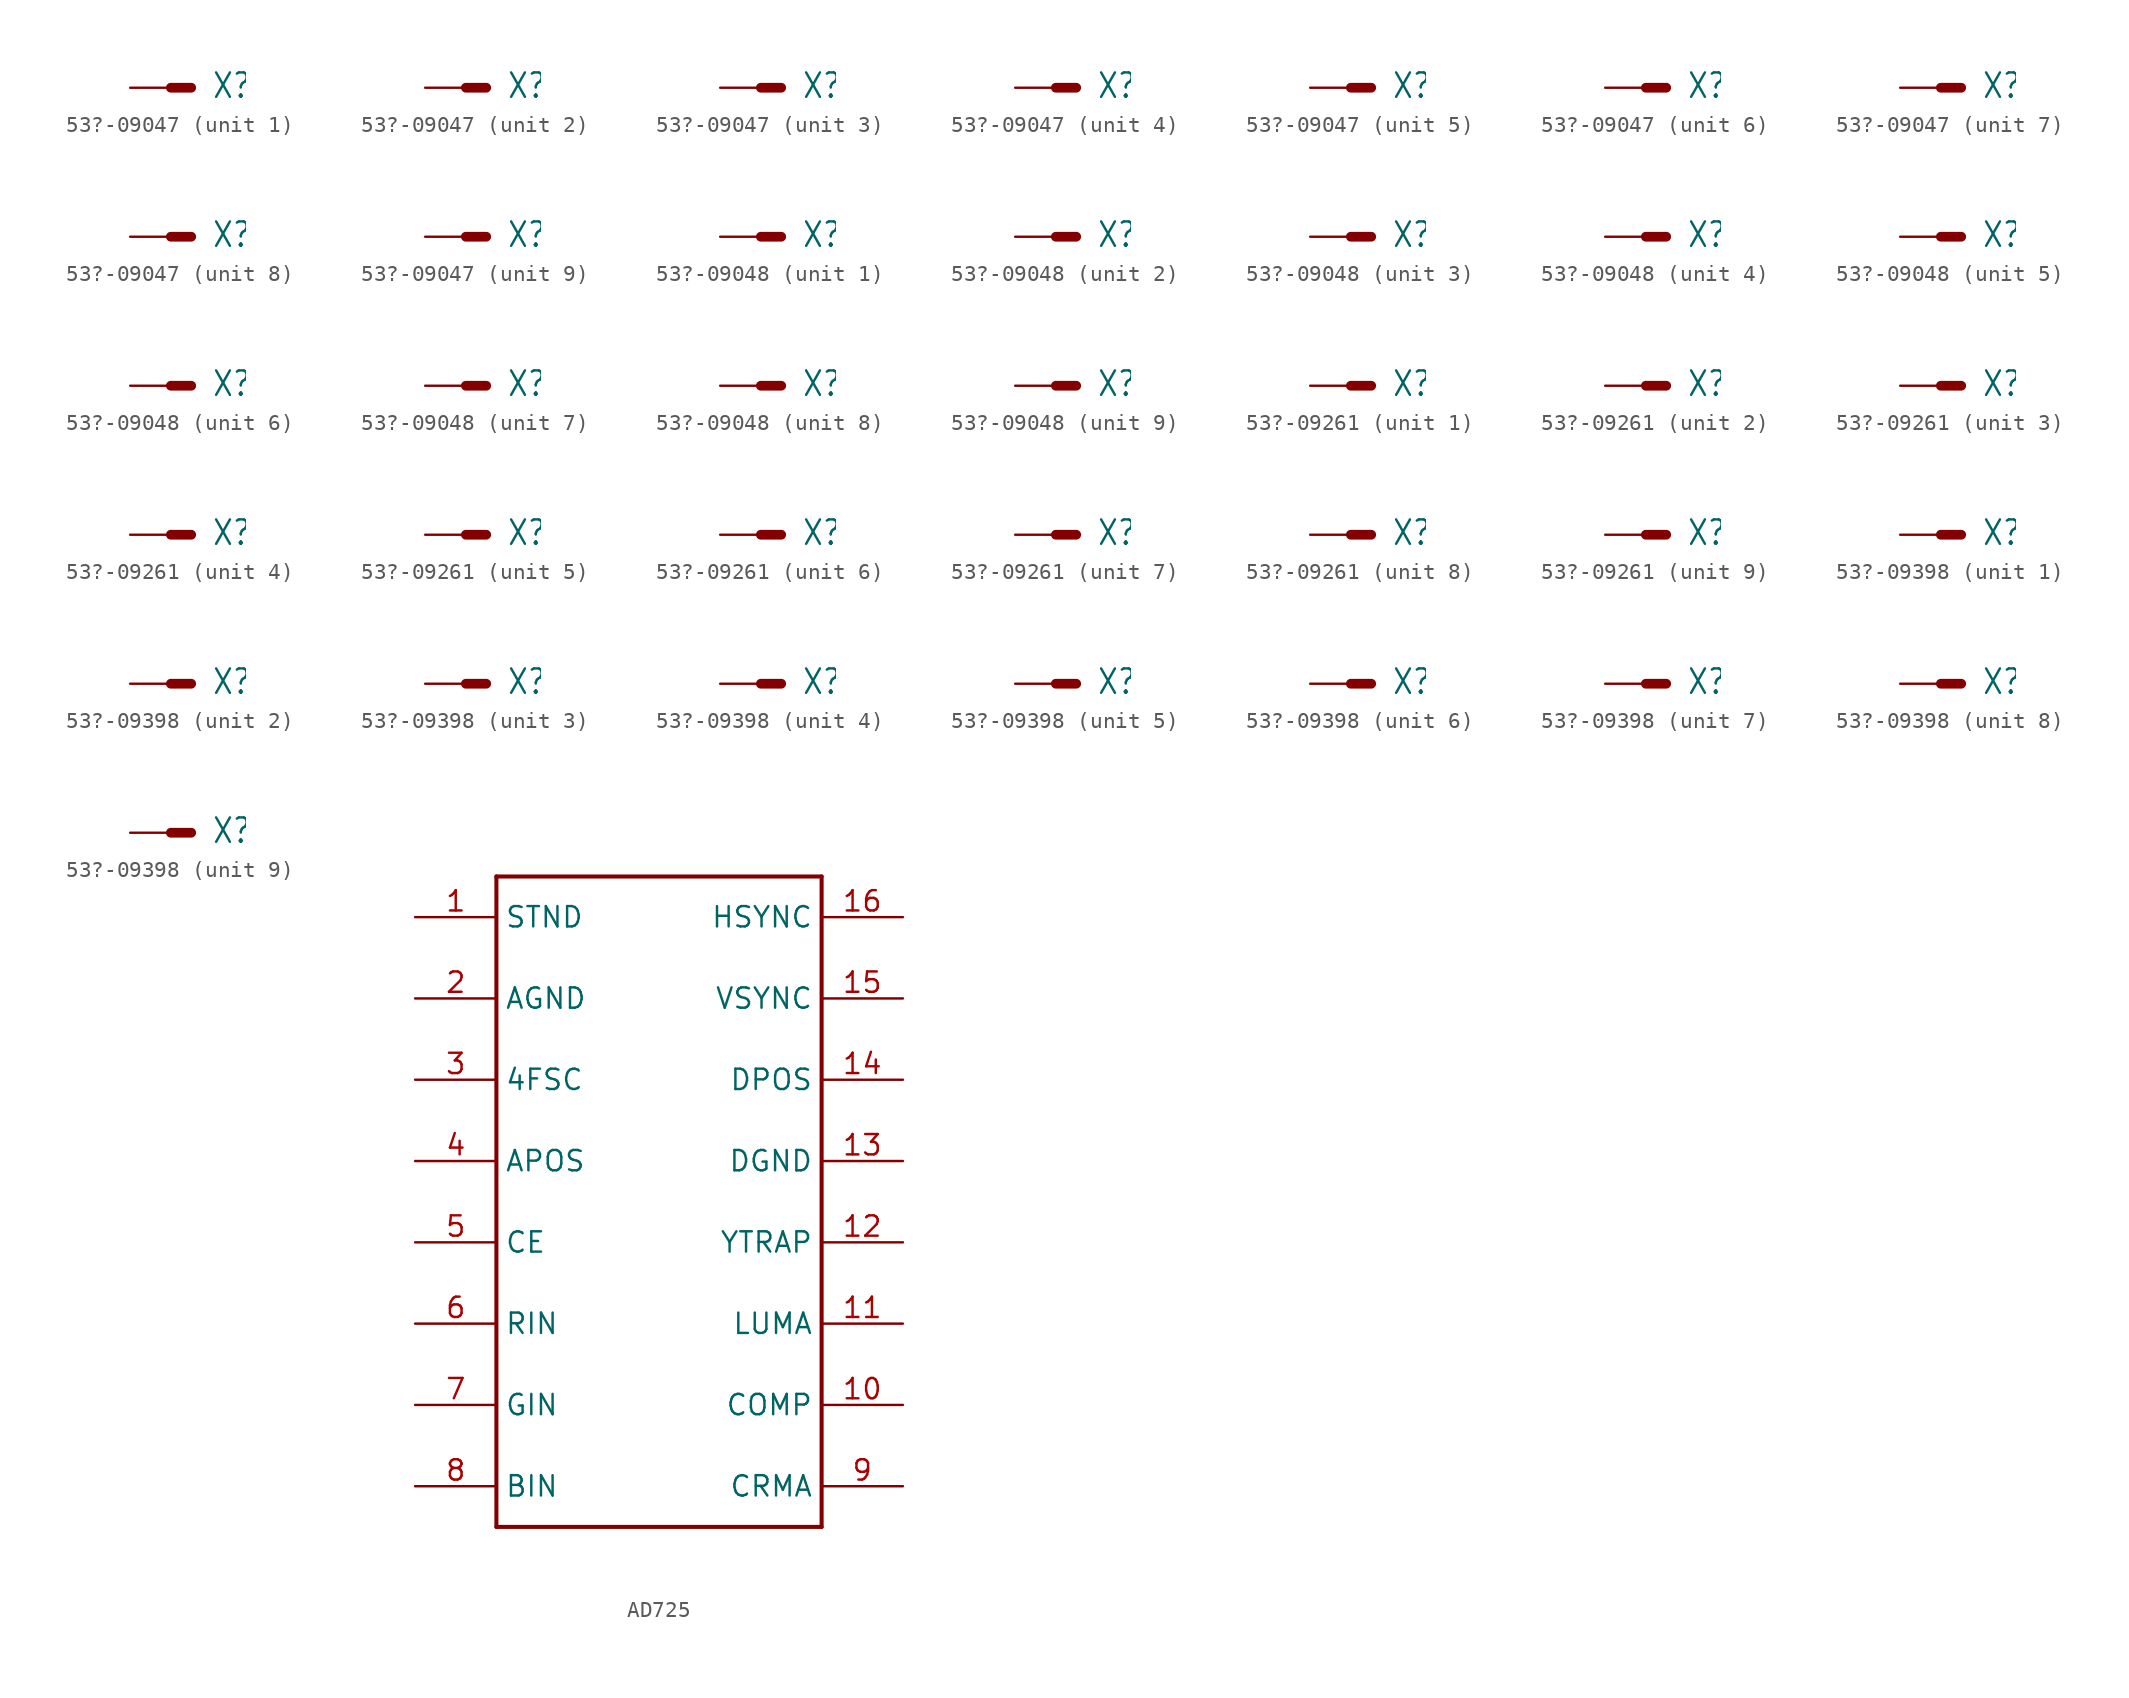
<source format=kicad_sym>
(kicad_symbol_lib
  (version 20211014)
  (generator kicad_symbol_editor)
  (symbol "53?-09047"
    (property "Reference" "X"
      (at 2.54 -0.762 0)
      (effects (font (size 1.524 1.295)) (justify left bottom)))
    (property "ki_locked" ""
      (at 0 0 0)
      (effects (font (size 1.27 1.27))))
    (symbol "53?-09047_1_0"
      (polyline (pts (xy 1.27 0) (xy 0 0)) (stroke (width 0.61) (type default) (color 0 0 0 0)) (fill (type none)))
      (pin passive line (at -2.54 0 0) (length 2.54) (name "S" (effects (font (size 0 0)))) (number "1" (effects (font (size 0 0))))))
    (symbol "53?-09047_2_0"
      (polyline (pts (xy 1.27 0) (xy 0 0)) (stroke (width 0.61) (type default) (color 0 0 0 0)) (fill (type none)))
      (pin passive line (at -2.54 0 0) (length 2.54) (name "S" (effects (font (size 0 0)))) (number "2" (effects (font (size 0 0))))))
    (symbol "53?-09047_3_0"
      (polyline (pts (xy 1.27 0) (xy 0 0)) (stroke (width 0.61) (type default) (color 0 0 0 0)) (fill (type none)))
      (pin passive line (at -2.54 0 0) (length 2.54) (name "S" (effects (font (size 0 0)))) (number "3" (effects (font (size 0 0))))))
    (symbol "53?-09047_4_0"
      (polyline (pts (xy 1.27 0) (xy 0 0)) (stroke (width 0.61) (type default) (color 0 0 0 0)) (fill (type none)))
      (pin passive line (at -2.54 0 0) (length 2.54) (name "S" (effects (font (size 0 0)))) (number "4" (effects (font (size 0 0))))))
    (symbol "53?-09047_5_0"
      (polyline (pts (xy 1.27 0) (xy 0 0)) (stroke (width 0.61) (type default) (color 0 0 0 0)) (fill (type none)))
      (pin passive line (at -2.54 0 0) (length 2.54) (name "S" (effects (font (size 0 0)))) (number "5" (effects (font (size 0 0))))))
    (symbol "53?-09047_6_0"
      (polyline (pts (xy 1.27 0) (xy 0 0)) (stroke (width 0.61) (type default) (color 0 0 0 0)) (fill (type none)))
      (pin passive line (at -2.54 0 0) (length 2.54) (name "S" (effects (font (size 0 0)))) (number "6" (effects (font (size 0 0))))))
    (symbol "53?-09047_7_0"
      (polyline (pts (xy 1.27 0) (xy 0 0)) (stroke (width 0.61) (type default) (color 0 0 0 0)) (fill (type none)))
      (pin passive line (at -2.54 0 0) (length 2.54) (name "S" (effects (font (size 0 0)))) (number "7" (effects (font (size 0 0))))))
    (symbol "53?-09047_8_0"
      (polyline (pts (xy 1.27 0) (xy 0 0)) (stroke (width 0.61) (type default) (color 0 0 0 0)) (fill (type none)))
      (pin passive line (at -2.54 0 0) (length 2.54) (name "S" (effects (font (size 0 0)))) (number "8" (effects (font (size 0 0))))))
    (symbol "53?-09047_9_0"
      (polyline (pts (xy 1.27 0) (xy 0 0)) (stroke (width 0.61) (type default) (color 0 0 0 0)) (fill (type none)))
      (pin passive line (at -2.54 0 0) (length 2.54) (name "S" (effects (font (size 0 0)))) (number "9" (effects (font (size 0 0)))))))
  (symbol "53?-09048"
    (property "Reference" "X"
      (at 2.54 -0.762 0)
      (effects (font (size 1.524 1.295)) (justify left bottom)))
    (property "ki_locked" ""
      (at 0 0 0)
      (effects (font (size 1.27 1.27))))
    (symbol "53?-09048_1_0"
      (polyline (pts (xy 1.27 0) (xy 0 0)) (stroke (width 0.61) (type default) (color 0 0 0 0)) (fill (type none)))
      (pin passive line (at -2.54 0 0) (length 2.54) (name "S" (effects (font (size 0 0)))) (number "1" (effects (font (size 0 0))))))
    (symbol "53?-09048_2_0"
      (polyline (pts (xy 1.27 0) (xy 0 0)) (stroke (width 0.61) (type default) (color 0 0 0 0)) (fill (type none)))
      (pin passive line (at -2.54 0 0) (length 2.54) (name "S" (effects (font (size 0 0)))) (number "2" (effects (font (size 0 0))))))
    (symbol "53?-09048_3_0"
      (polyline (pts (xy 1.27 0) (xy 0 0)) (stroke (width 0.61) (type default) (color 0 0 0 0)) (fill (type none)))
      (pin passive line (at -2.54 0 0) (length 2.54) (name "S" (effects (font (size 0 0)))) (number "3" (effects (font (size 0 0))))))
    (symbol "53?-09048_4_0"
      (polyline (pts (xy 1.27 0) (xy 0 0)) (stroke (width 0.61) (type default) (color 0 0 0 0)) (fill (type none)))
      (pin passive line (at -2.54 0 0) (length 2.54) (name "S" (effects (font (size 0 0)))) (number "4" (effects (font (size 0 0))))))
    (symbol "53?-09048_5_0"
      (polyline (pts (xy 1.27 0) (xy 0 0)) (stroke (width 0.61) (type default) (color 0 0 0 0)) (fill (type none)))
      (pin passive line (at -2.54 0 0) (length 2.54) (name "S" (effects (font (size 0 0)))) (number "5" (effects (font (size 0 0))))))
    (symbol "53?-09048_6_0"
      (polyline (pts (xy 1.27 0) (xy 0 0)) (stroke (width 0.61) (type default) (color 0 0 0 0)) (fill (type none)))
      (pin passive line (at -2.54 0 0) (length 2.54) (name "S" (effects (font (size 0 0)))) (number "6" (effects (font (size 0 0))))))
    (symbol "53?-09048_7_0"
      (polyline (pts (xy 1.27 0) (xy 0 0)) (stroke (width 0.61) (type default) (color 0 0 0 0)) (fill (type none)))
      (pin passive line (at -2.54 0 0) (length 2.54) (name "S" (effects (font (size 0 0)))) (number "7" (effects (font (size 0 0))))))
    (symbol "53?-09048_8_0"
      (polyline (pts (xy 1.27 0) (xy 0 0)) (stroke (width 0.61) (type default) (color 0 0 0 0)) (fill (type none)))
      (pin passive line (at -2.54 0 0) (length 2.54) (name "S" (effects (font (size 0 0)))) (number "8" (effects (font (size 0 0))))))
    (symbol "53?-09048_9_0"
      (polyline (pts (xy 1.27 0) (xy 0 0)) (stroke (width 0.61) (type default) (color 0 0 0 0)) (fill (type none)))
      (pin passive line (at -2.54 0 0) (length 2.54) (name "S" (effects (font (size 0 0)))) (number "9" (effects (font (size 0 0)))))))
  (symbol "53?-09261"
    (property "Reference" "X"
      (at 2.54 -0.762 0)
      (effects (font (size 1.524 1.295)) (justify left bottom)))
    (property "ki_locked" ""
      (at 0 0 0)
      (effects (font (size 1.27 1.27))))
    (symbol "53?-09261_1_0"
      (polyline (pts (xy 1.27 0) (xy 0 0)) (stroke (width 0.61) (type default) (color 0 0 0 0)) (fill (type none)))
      (pin passive line (at -2.54 0 0) (length 2.54) (name "S" (effects (font (size 0 0)))) (number "1" (effects (font (size 0 0))))))
    (symbol "53?-09261_2_0"
      (polyline (pts (xy 1.27 0) (xy 0 0)) (stroke (width 0.61) (type default) (color 0 0 0 0)) (fill (type none)))
      (pin passive line (at -2.54 0 0) (length 2.54) (name "S" (effects (font (size 0 0)))) (number "2" (effects (font (size 0 0))))))
    (symbol "53?-09261_3_0"
      (polyline (pts (xy 1.27 0) (xy 0 0)) (stroke (width 0.61) (type default) (color 0 0 0 0)) (fill (type none)))
      (pin passive line (at -2.54 0 0) (length 2.54) (name "S" (effects (font (size 0 0)))) (number "3" (effects (font (size 0 0))))))
    (symbol "53?-09261_4_0"
      (polyline (pts (xy 1.27 0) (xy 0 0)) (stroke (width 0.61) (type default) (color 0 0 0 0)) (fill (type none)))
      (pin passive line (at -2.54 0 0) (length 2.54) (name "S" (effects (font (size 0 0)))) (number "4" (effects (font (size 0 0))))))
    (symbol "53?-09261_5_0"
      (polyline (pts (xy 1.27 0) (xy 0 0)) (stroke (width 0.61) (type default) (color 0 0 0 0)) (fill (type none)))
      (pin passive line (at -2.54 0 0) (length 2.54) (name "S" (effects (font (size 0 0)))) (number "5" (effects (font (size 0 0))))))
    (symbol "53?-09261_6_0"
      (polyline (pts (xy 1.27 0) (xy 0 0)) (stroke (width 0.61) (type default) (color 0 0 0 0)) (fill (type none)))
      (pin passive line (at -2.54 0 0) (length 2.54) (name "S" (effects (font (size 0 0)))) (number "6" (effects (font (size 0 0))))))
    (symbol "53?-09261_7_0"
      (polyline (pts (xy 1.27 0) (xy 0 0)) (stroke (width 0.61) (type default) (color 0 0 0 0)) (fill (type none)))
      (pin passive line (at -2.54 0 0) (length 2.54) (name "S" (effects (font (size 0 0)))) (number "7" (effects (font (size 0 0))))))
    (symbol "53?-09261_8_0"
      (polyline (pts (xy 1.27 0) (xy 0 0)) (stroke (width 0.61) (type default) (color 0 0 0 0)) (fill (type none)))
      (pin passive line (at -2.54 0 0) (length 2.54) (name "S" (effects (font (size 0 0)))) (number "8" (effects (font (size 0 0))))))
    (symbol "53?-09261_9_0"
      (polyline (pts (xy 1.27 0) (xy 0 0)) (stroke (width 0.61) (type default) (color 0 0 0 0)) (fill (type none)))
      (pin passive line (at -2.54 0 0) (length 2.54) (name "S" (effects (font (size 0 0)))) (number "9" (effects (font (size 0 0)))))))
  (symbol "53?-09398"
    (property "Reference" "X"
      (at 2.54 -0.762 0)
      (effects (font (size 1.524 1.295)) (justify left bottom)))
    (property "ki_locked" ""
      (at 0 0 0)
      (effects (font (size 1.27 1.27))))
    (symbol "53?-09398_1_0"
      (polyline (pts (xy 1.27 0) (xy 0 0)) (stroke (width 0.61) (type default) (color 0 0 0 0)) (fill (type none)))
      (pin passive line (at -2.54 0 0) (length 2.54) (name "S" (effects (font (size 0 0)))) (number "1" (effects (font (size 0 0))))))
    (symbol "53?-09398_2_0"
      (polyline (pts (xy 1.27 0) (xy 0 0)) (stroke (width 0.61) (type default) (color 0 0 0 0)) (fill (type none)))
      (pin passive line (at -2.54 0 0) (length 2.54) (name "S" (effects (font (size 0 0)))) (number "2" (effects (font (size 0 0))))))
    (symbol "53?-09398_3_0"
      (polyline (pts (xy 1.27 0) (xy 0 0)) (stroke (width 0.61) (type default) (color 0 0 0 0)) (fill (type none)))
      (pin passive line (at -2.54 0 0) (length 2.54) (name "S" (effects (font (size 0 0)))) (number "3" (effects (font (size 0 0))))))
    (symbol "53?-09398_4_0"
      (polyline (pts (xy 1.27 0) (xy 0 0)) (stroke (width 0.61) (type default) (color 0 0 0 0)) (fill (type none)))
      (pin passive line (at -2.54 0 0) (length 2.54) (name "S" (effects (font (size 0 0)))) (number "4" (effects (font (size 0 0))))))
    (symbol "53?-09398_5_0"
      (polyline (pts (xy 1.27 0) (xy 0 0)) (stroke (width 0.61) (type default) (color 0 0 0 0)) (fill (type none)))
      (pin passive line (at -2.54 0 0) (length 2.54) (name "S" (effects (font (size 0 0)))) (number "5" (effects (font (size 0 0))))))
    (symbol "53?-09398_6_0"
      (polyline (pts (xy 1.27 0) (xy 0 0)) (stroke (width 0.61) (type default) (color 0 0 0 0)) (fill (type none)))
      (pin passive line (at -2.54 0 0) (length 2.54) (name "S" (effects (font (size 0 0)))) (number "6" (effects (font (size 0 0))))))
    (symbol "53?-09398_7_0"
      (polyline (pts (xy 1.27 0) (xy 0 0)) (stroke (width 0.61) (type default) (color 0 0 0 0)) (fill (type none)))
      (pin passive line (at -2.54 0 0) (length 2.54) (name "S" (effects (font (size 0 0)))) (number "7" (effects (font (size 0 0))))))
    (symbol "53?-09398_8_0"
      (polyline (pts (xy 1.27 0) (xy 0 0)) (stroke (width 0.61) (type default) (color 0 0 0 0)) (fill (type none)))
      (pin passive line (at -2.54 0 0) (length 2.54) (name "S" (effects (font (size 0 0)))) (number "8" (effects (font (size 0 0))))))
    (symbol "53?-09398_9_0"
      (polyline (pts (xy 1.27 0) (xy 0 0)) (stroke (width 0.61) (type default) (color 0 0 0 0)) (fill (type none)))
      (pin passive line (at -2.54 0 0) (length 2.54) (name "S" (effects (font (size 0 0)))) (number "9" (effects (font (size 0 0)))))))
  (symbol "AD725"
    (property "Reference" ""
      (at 0 0 0)
      (effects (font (size 1.27 1.27)) hide))
    (property "ki_locked" ""
      (at 0 0 0)
      (effects (font (size 1.27 1.27))))
    (symbol "AD725_1_0"
      (polyline (pts (xy -12.7 -30.48) (xy -12.7 10.16)) (stroke (width 0.254) (type default) (color 0 0 0 0)) (fill (type none)))
      (polyline (pts (xy -12.7 10.16) (xy 7.62 10.16)) (stroke (width 0.254) (type default) (color 0 0 0 0)) (fill (type none)))
      (polyline (pts (xy 7.62 -30.48) (xy -12.7 -30.48)) (stroke (width 0.254) (type default) (color 0 0 0 0)) (fill (type none)))
      (polyline (pts (xy 7.62 10.16) (xy 7.62 -30.48)) (stroke (width 0.254) (type default) (color 0 0 0 0)) (fill (type none)))
      (pin bidirectional line (at -17.78 7.62 0) (length 5.08) (name "STND" (effects (font (size 1.27 1.27)))) (number "1" (effects (font (size 1.27 1.27)))))
      (pin bidirectional line (at 12.7 -22.86 180) (length 5.08) (name "COMP" (effects (font (size 1.27 1.27)))) (number "10" (effects (font (size 1.27 1.27)))))
      (pin bidirectional line (at 12.7 -17.78 180) (length 5.08) (name "LUMA" (effects (font (size 1.27 1.27)))) (number "11" (effects (font (size 1.27 1.27)))))
      (pin bidirectional line (at 12.7 -12.7 180) (length 5.08) (name "YTRAP" (effects (font (size 1.27 1.27)))) (number "12" (effects (font (size 1.27 1.27)))))
      (pin bidirectional line (at 12.7 -7.62 180) (length 5.08) (name "DGND" (effects (font (size 1.27 1.27)))) (number "13" (effects (font (size 1.27 1.27)))))
      (pin bidirectional line (at 12.7 -2.54 180) (length 5.08) (name "DPOS" (effects (font (size 1.27 1.27)))) (number "14" (effects (font (size 1.27 1.27)))))
      (pin bidirectional line (at 12.7 2.54 180) (length 5.08) (name "VSYNC" (effects (font (size 1.27 1.27)))) (number "15" (effects (font (size 1.27 1.27)))))
      (pin bidirectional line (at 12.7 7.62 180) (length 5.08) (name "HSYNC" (effects (font (size 1.27 1.27)))) (number "16" (effects (font (size 1.27 1.27)))))
      (pin bidirectional line (at -17.78 2.54 0) (length 5.08) (name "AGND" (effects (font (size 1.27 1.27)))) (number "2" (effects (font (size 1.27 1.27)))))
      (pin bidirectional line (at -17.78 -2.54 0) (length 5.08) (name "4FSC" (effects (font (size 1.27 1.27)))) (number "3" (effects (font (size 1.27 1.27)))))
      (pin bidirectional line (at -17.78 -7.62 0) (length 5.08) (name "APOS" (effects (font (size 1.27 1.27)))) (number "4" (effects (font (size 1.27 1.27)))))
      (pin bidirectional line (at -17.78 -12.7 0) (length 5.08) (name "CE" (effects (font (size 1.27 1.27)))) (number "5" (effects (font (size 1.27 1.27)))))
      (pin bidirectional line (at -17.78 -17.78 0) (length 5.08) (name "RIN" (effects (font (size 1.27 1.27)))) (number "6" (effects (font (size 1.27 1.27)))))
      (pin bidirectional line (at -17.78 -22.86 0) (length 5.08) (name "GIN" (effects (font (size 1.27 1.27)))) (number "7" (effects (font (size 1.27 1.27)))))
      (pin bidirectional line (at -17.78 -27.94 0) (length 5.08) (name "BIN" (effects (font (size 1.27 1.27)))) (number "8" (effects (font (size 1.27 1.27)))))
      (pin bidirectional line (at 12.7 -27.94 180) (length 5.08) (name "CRMA" (effects (font (size 1.27 1.27)))) (number "9" (effects (font (size 1.27 1.27))))))))
</source>
